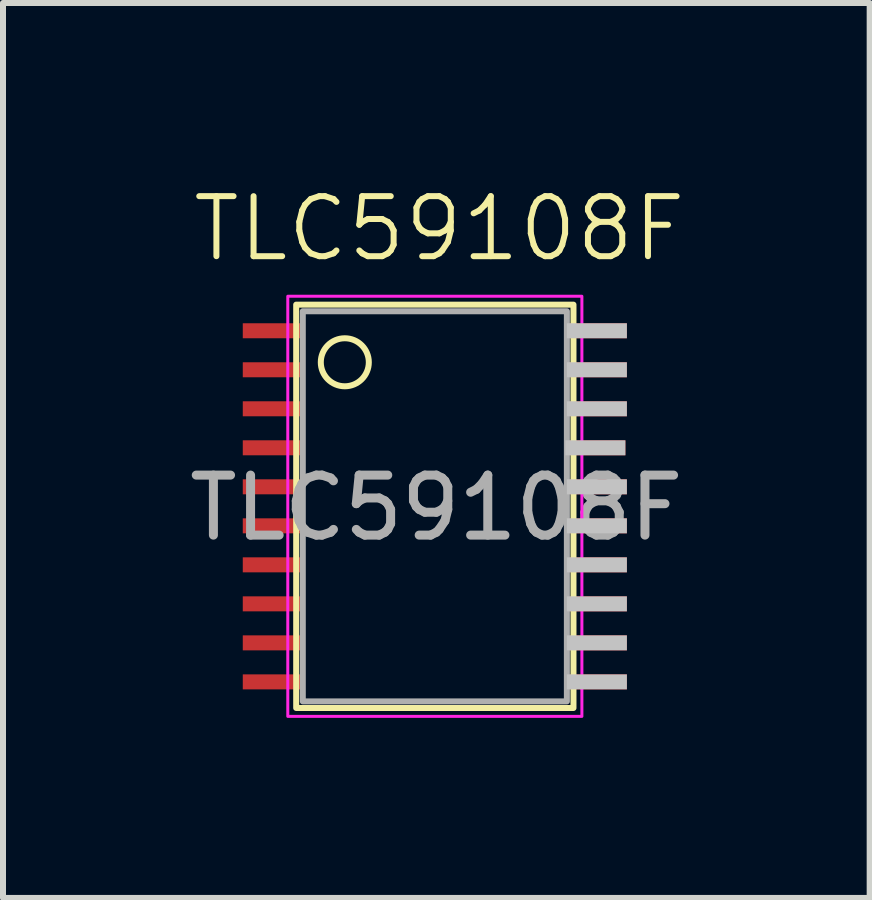
<source format=kicad_pcb>
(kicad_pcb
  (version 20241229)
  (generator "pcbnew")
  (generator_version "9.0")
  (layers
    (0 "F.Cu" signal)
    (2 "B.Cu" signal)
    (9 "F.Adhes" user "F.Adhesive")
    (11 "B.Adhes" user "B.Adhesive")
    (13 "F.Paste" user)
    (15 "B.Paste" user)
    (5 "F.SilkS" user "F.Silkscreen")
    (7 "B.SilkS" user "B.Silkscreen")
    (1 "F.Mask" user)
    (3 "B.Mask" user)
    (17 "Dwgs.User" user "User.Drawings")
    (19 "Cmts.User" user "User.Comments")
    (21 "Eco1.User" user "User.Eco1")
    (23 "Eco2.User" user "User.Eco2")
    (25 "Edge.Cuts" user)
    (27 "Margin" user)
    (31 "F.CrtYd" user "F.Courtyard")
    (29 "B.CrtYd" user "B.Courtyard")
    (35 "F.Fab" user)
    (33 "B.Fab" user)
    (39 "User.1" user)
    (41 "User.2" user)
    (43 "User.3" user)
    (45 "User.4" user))
  (footprint "TLC59108F"
    (layer "F.Cu")
    (at 4.195 5.386)
    (property "Reference" "TLC59108F" (at 0.075 -4.625 0) (unlocked yes) (layer "F.SilkS") (effects (font (size 1 1) (thickness 0.1))))
    (attr smd)
    (fp_rect (start -2.31 -3.36) (end 2.31 3.36) (stroke (width 0.1) (type default)) (fill no) (layer "F.SilkS"))
    (fp_circle (center -1.5 -2.4) (end -1.1 -2.4) (stroke (width 0.1) (type default)) (fill no) (layer "F.SilkS"))
    (fp_rect (start -2.45 -3.5) (end 2.45 3.5) (stroke (width 0.05) (type default)) (fill no) (layer "F.CrtYd"))
    (fp_rect (start -2.2 -3.25) (end 2.2 3.25) (stroke (width 0.1) (type default)) (fill no) (layer "F.Fab"))
    (fp_text user "${REFERENCE}" (at 0.025 0.025 0) (unlocked yes) (layer "F.Fab") (effects (font (size 1 1) (thickness 0.15))))
    (pad "1" smd rect (at -2.7 -2.925) (size 1 0.25) (layers "F.Cu" "F.Mask" "F.Paste"))
    (pad "2" smd rect (at -2.7 -2.275) (size 1 0.25) (layers "F.Cu" "F.Mask" "F.Paste"))
    (pad "3" smd rect (at -2.7 -1.625) (size 1 0.25) (layers "F.Cu" "F.Mask" "F.Paste"))
    (pad "4" smd rect (at -2.7 -0.975) (size 1 0.25) (layers "F.Cu" "F.Mask" "F.Paste"))
    (pad "5" smd rect (at -2.7 -0.325) (size 1 0.25) (layers "F.Cu" "F.Mask" "F.Paste"))
    (pad "6" smd rect (at -2.7 0.325) (size 1 0.25) (layers "F.Cu" "F.Mask" "F.Paste"))
    (pad "7" smd rect (at -2.7 0.975) (size 1 0.25) (layers "F.Cu" "F.Mask" "F.Paste"))
    (pad "8" smd rect (at -2.7 1.625) (size 1 0.25) (layers "F.Cu" "F.Mask" "F.Paste"))
    (pad "9" smd rect (at -2.7 2.275) (size 1 0.25) (layers "F.Cu" "F.Mask" "F.Paste"))
    (pad "10" smd rect (at -2.7 2.925) (size 1 0.25) (layers "F.Cu" "F.Mask" "F.Paste"))
    (pad "11" smd rect (at 2.7 2.925) (size 1 0.25) (layers "F.Cu" "F.Mask" "F.Paste" "Dwgs.User"))
    (pad "12" smd rect (at 2.7 2.275) (size 1 0.25) (layers "F.Cu" "F.Mask" "F.Paste" "Dwgs.User"))
    (pad "13" smd rect (at 2.7 1.625) (size 1 0.25) (layers "F.Cu" "F.Mask" "F.Paste" "Dwgs.User"))
    (pad "14" smd rect (at 2.7 0.975) (size 1 0.25) (layers "F.Cu" "F.Mask" "F.Paste" "Dwgs.User"))
    (pad "15" smd rect (at 2.7 0.325) (size 1 0.25) (layers "F.Cu" "F.Mask" "F.Paste" "Dwgs.User"))
    (pad "16" smd rect (at 2.7 -0.325) (size 1 0.25) (layers "F.Cu" "F.Mask" "F.Paste" "Dwgs.User"))
    (pad "17" smd rect (at 2.675 -0.975) (size 1 0.25) (layers "F.Cu" "F.Mask" "F.Paste" "Dwgs.User"))
    (pad "18" smd rect (at 2.7 -1.625) (size 1 0.25) (layers "F.Cu" "F.Mask" "F.Paste" "Dwgs.User"))
    (pad "19" smd rect (at 2.7 -2.275) (size 1 0.25) (layers "F.Cu" "F.Mask" "F.Paste" "Dwgs.User"))
    (pad "20" smd rect (at 2.7 -2.925) (size 1 0.25) (layers "F.Cu" "F.Mask" "F.Paste" "Dwgs.User")))
  (gr_rect
    (start -3 -3)
    (end 11.44 11.911)
    (stroke (width 0.1) (type default))
    (fill no)
    (layer "Edge.Cuts")))
</source>
